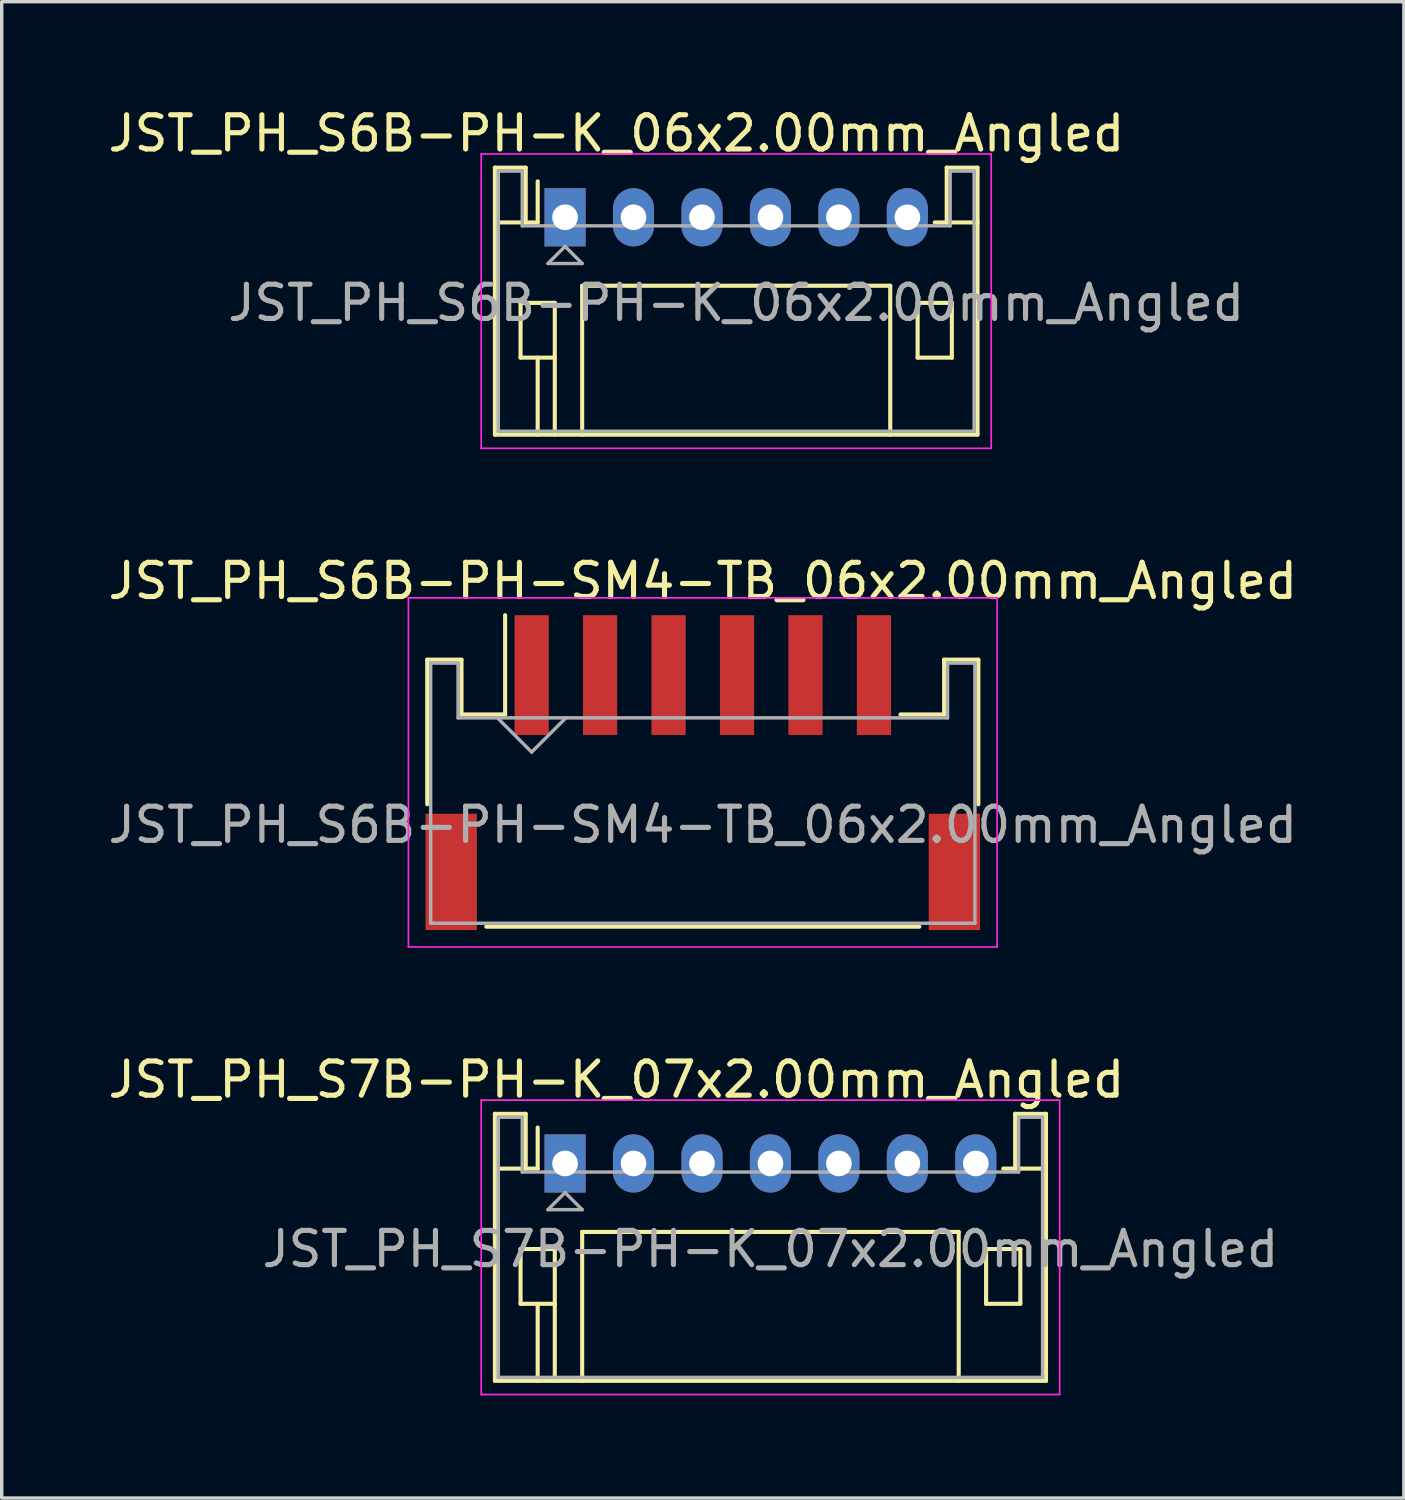
<source format=kicad_pcb>
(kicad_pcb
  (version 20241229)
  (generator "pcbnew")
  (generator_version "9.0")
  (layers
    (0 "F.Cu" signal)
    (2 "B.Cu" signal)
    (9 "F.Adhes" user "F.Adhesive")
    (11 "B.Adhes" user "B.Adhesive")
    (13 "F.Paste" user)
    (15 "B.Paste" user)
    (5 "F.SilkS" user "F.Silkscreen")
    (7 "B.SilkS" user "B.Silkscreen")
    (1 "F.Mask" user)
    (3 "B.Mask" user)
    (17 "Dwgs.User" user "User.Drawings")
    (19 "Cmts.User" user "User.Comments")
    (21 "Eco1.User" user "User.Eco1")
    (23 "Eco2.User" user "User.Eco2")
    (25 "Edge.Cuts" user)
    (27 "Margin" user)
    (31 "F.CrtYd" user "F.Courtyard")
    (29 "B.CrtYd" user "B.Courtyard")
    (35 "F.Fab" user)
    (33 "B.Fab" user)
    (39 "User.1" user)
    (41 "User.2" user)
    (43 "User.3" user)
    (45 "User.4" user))
  (footprint "JST_PH_S6B-PH-SM4-TB_06x2.00mm_Angled"
    (layer "F.Cu")
    (at 17.482 19.547)
    (property "Reference" "JST_PH_S6B-PH-SM4-TB_06x2.00mm_Angled" (at 0 -5.625 0) (layer "F.SilkS") (effects (font (size 1 1) (thickness 0.15))))
    (attr smd)
    (fp_line (start -8.05 -3.325) (end -8.05 0.9) (stroke (width 0.12) (type solid)) (layer "F.SilkS"))
    (fp_line (start -7.05 -3.325) (end -8.05 -3.325) (stroke (width 0.12) (type solid)) (layer "F.SilkS"))
    (fp_line (start -7.05 -1.725) (end -7.05 -3.325) (stroke (width 0.12) (type solid)) (layer "F.SilkS"))
    (fp_line (start -6.325 4.475) (end 6.325 4.475) (stroke (width 0.12) (type solid)) (layer "F.SilkS"))
    (fp_line (start -5.775 -1.725) (end -7.05 -1.725) (stroke (width 0.12) (type solid)) (layer "F.SilkS"))
    (fp_line (start -5.775 -1.725) (end -5.775 -4.625) (stroke (width 0.12) (type solid)) (layer "F.SilkS"))
    (fp_line (start 7.05 -3.325) (end 7.05 -1.725) (stroke (width 0.12) (type solid)) (layer "F.SilkS"))
    (fp_line (start 7.05 -1.725) (end 5.775 -1.725) (stroke (width 0.12) (type solid)) (layer "F.SilkS"))
    (fp_line (start 8.05 -3.325) (end 7.05 -3.325) (stroke (width 0.12) (type solid)) (layer "F.SilkS"))
    (fp_line (start 8.05 0.9) (end 8.05 -3.325) (stroke (width 0.12) (type solid)) (layer "F.SilkS"))
    (fp_line (start -8.6 -5.13) (end -8.6 5.07) (stroke (width 0.05) (type solid)) (layer "F.CrtYd"))
    (fp_line (start -8.6 5.07) (end 8.6 5.07) (stroke (width 0.05) (type solid)) (layer "F.CrtYd"))
    (fp_line (start 8.6 -5.13) (end -8.6 -5.13) (stroke (width 0.05) (type solid)) (layer "F.CrtYd"))
    (fp_line (start 8.6 5.07) (end 8.6 -5.13) (stroke (width 0.05) (type solid)) (layer "F.CrtYd"))
    (fp_line (start -7.95 -3.225) (end -7.95 4.375) (stroke (width 0.1) (type solid)) (layer "F.Fab"))
    (fp_line (start -7.95 4.375) (end 7.95 4.375) (stroke (width 0.1) (type solid)) (layer "F.Fab"))
    (fp_line (start -7.15 -3.225) (end -7.95 -3.225) (stroke (width 0.1) (type solid)) (layer "F.Fab"))
    (fp_line (start -7.15 -1.625) (end -7.15 -3.225) (stroke (width 0.1) (type solid)) (layer "F.Fab"))
    (fp_line (start -6 -1.625) (end -5 -0.625) (stroke (width 0.1) (type solid)) (layer "F.Fab"))
    (fp_line (start -5 -0.625) (end -4 -1.625) (stroke (width 0.1) (type solid)) (layer "F.Fab"))
    (fp_line (start 7.15 -3.225) (end 7.15 -1.625) (stroke (width 0.1) (type solid)) (layer "F.Fab"))
    (fp_line (start 7.15 -1.625) (end -7.15 -1.625) (stroke (width 0.1) (type solid)) (layer "F.Fab"))
    (fp_line (start 7.95 -3.225) (end 7.15 -3.225) (stroke (width 0.1) (type solid)) (layer "F.Fab"))
    (fp_line (start 7.95 4.375) (end 7.95 -3.225) (stroke (width 0.1) (type solid)) (layer "F.Fab"))
    (fp_text user "${REFERENCE}" (at 0 1.5 0) (layer "F.Fab") (effects (font (size 1 1) (thickness 0.15))))
    (pad "" smd rect (at -7.35 2.875) (size 1.5 3.4) (layers "F.Cu" "F.Mask" "F.Paste"))
    (pad "" smd rect (at 7.35 2.875) (size 1.5 3.4) (layers "F.Cu" "F.Mask" "F.Paste"))
    (pad "1" smd rect (at -5 -2.875) (size 1 3.5) (layers "F.Cu" "F.Mask" "F.Paste"))
    (pad "2" smd rect (at -3 -2.875) (size 1 3.5) (layers "F.Cu" "F.Mask" "F.Paste"))
    (pad "3" smd rect (at -1 -2.875) (size 1 3.5) (layers "F.Cu" "F.Mask" "F.Paste"))
    (pad "4" smd rect (at 1 -2.875) (size 1 3.5) (layers "F.Cu" "F.Mask" "F.Paste"))
    (pad "5" smd rect (at 3 -2.875) (size 1 3.5) (layers "F.Cu" "F.Mask" "F.Paste"))
    (pad "6" smd rect (at 5 -2.875) (size 1 3.5) (layers "F.Cu" "F.Mask" "F.Paste")))
  (footprint "JST_PH_S6B-PH-K_06x2.00mm_Angled"
    (layer "F.Cu")
    (at 13.458 3.298)
    (property "Reference" "JST_PH_S6B-PH-K_06x2.00mm_Angled" (at 1.5 -2.45 0) (layer "F.SilkS") (effects (font (size 1 1) (thickness 0.15))))
    (attr through_hole)
    (fp_line (start -2.05 -1.45) (end -2.05 6.35) (stroke (width 0.12) (type solid)) (layer "F.SilkS"))
    (fp_line (start -2.05 0.15) (end -1.15 0.15) (stroke (width 0.12) (type solid)) (layer "F.SilkS"))
    (fp_line (start -2.05 6.35) (end 12.05 6.35) (stroke (width 0.12) (type solid)) (layer "F.SilkS"))
    (fp_line (start -1.3 2.5) (end -1.3 4.1) (stroke (width 0.12) (type solid)) (layer "F.SilkS"))
    (fp_line (start -1.3 4.1) (end -0.3 4.1) (stroke (width 0.12) (type solid)) (layer "F.SilkS"))
    (fp_line (start -1.15 -1.45) (end -2.05 -1.45) (stroke (width 0.12) (type solid)) (layer "F.SilkS"))
    (fp_line (start -1.15 0.15) (end -1.15 -1.45) (stroke (width 0.12) (type solid)) (layer "F.SilkS"))
    (fp_line (start -0.8 0.15) (end -1.15 0.15) (stroke (width 0.12) (type solid)) (layer "F.SilkS"))
    (fp_line (start -0.8 0.15) (end -0.8 -1.05) (stroke (width 0.12) (type solid)) (layer "F.SilkS"))
    (fp_line (start -0.8 4.1) (end -0.8 6.35) (stroke (width 0.12) (type solid)) (layer "F.SilkS"))
    (fp_line (start -0.3 2.5) (end -1.3 2.5) (stroke (width 0.12) (type solid)) (layer "F.SilkS"))
    (fp_line (start -0.3 4.1) (end -0.3 2.5) (stroke (width 0.12) (type solid)) (layer "F.SilkS"))
    (fp_line (start -0.3 4.1) (end -0.3 6.35) (stroke (width 0.12) (type solid)) (layer "F.SilkS"))
    (fp_line (start 0.5 2) (end 9.5 2) (stroke (width 0.12) (type solid)) (layer "F.SilkS"))
    (fp_line (start 0.5 6.35) (end 0.5 2) (stroke (width 0.12) (type solid)) (layer "F.SilkS"))
    (fp_line (start 9.5 2) (end 9.5 6.35) (stroke (width 0.12) (type solid)) (layer "F.SilkS"))
    (fp_line (start 10.3 2.5) (end 11.3 2.5) (stroke (width 0.12) (type solid)) (layer "F.SilkS"))
    (fp_line (start 10.3 4.1) (end 10.3 2.5) (stroke (width 0.12) (type solid)) (layer "F.SilkS"))
    (fp_line (start 11.15 -1.45) (end 11.15 0.15) (stroke (width 0.12) (type solid)) (layer "F.SilkS"))
    (fp_line (start 11.15 0.15) (end 10.8 0.15) (stroke (width 0.12) (type solid)) (layer "F.SilkS"))
    (fp_line (start 11.3 2.5) (end 11.3 4.1) (stroke (width 0.12) (type solid)) (layer "F.SilkS"))
    (fp_line (start 11.3 4.1) (end 10.3 4.1) (stroke (width 0.12) (type solid)) (layer "F.SilkS"))
    (fp_line (start 12.05 -1.45) (end 11.15 -1.45) (stroke (width 0.12) (type solid)) (layer "F.SilkS"))
    (fp_line (start 12.05 0.15) (end 11.15 0.15) (stroke (width 0.12) (type solid)) (layer "F.SilkS"))
    (fp_line (start 12.05 6.35) (end 12.05 -1.45) (stroke (width 0.12) (type solid)) (layer "F.SilkS"))
    (fp_line (start -2.45 -1.85) (end -2.45 6.75) (stroke (width 0.05) (type solid)) (layer "F.CrtYd"))
    (fp_line (start -2.45 6.75) (end 12.45 6.75) (stroke (width 0.05) (type solid)) (layer "F.CrtYd"))
    (fp_line (start 12.45 -1.85) (end -2.45 -1.85) (stroke (width 0.05) (type solid)) (layer "F.CrtYd"))
    (fp_line (start 12.45 6.75) (end 12.45 -1.85) (stroke (width 0.05) (type solid)) (layer "F.CrtYd"))
    (fp_line (start -1.95 -1.35) (end -1.95 6.25) (stroke (width 0.1) (type solid)) (layer "F.Fab"))
    (fp_line (start -1.95 6.25) (end 11.95 6.25) (stroke (width 0.1) (type solid)) (layer "F.Fab"))
    (fp_line (start -1.25 -1.35) (end -1.95 -1.35) (stroke (width 0.1) (type solid)) (layer "F.Fab"))
    (fp_line (start -1.25 0.25) (end -1.25 -1.35) (stroke (width 0.1) (type solid)) (layer "F.Fab"))
    (fp_line (start -0.5 1.35) (end 0.5 1.35) (stroke (width 0.1) (type solid)) (layer "F.Fab"))
    (fp_line (start 0 0.85) (end -0.5 1.35) (stroke (width 0.1) (type solid)) (layer "F.Fab"))
    (fp_line (start 0.5 1.35) (end 0 0.85) (stroke (width 0.1) (type solid)) (layer "F.Fab"))
    (fp_line (start 11.25 -1.35) (end 11.25 0.25) (stroke (width 0.1) (type solid)) (layer "F.Fab"))
    (fp_line (start 11.25 0.25) (end -1.25 0.25) (stroke (width 0.1) (type solid)) (layer "F.Fab"))
    (fp_line (start 11.95 -1.35) (end 11.25 -1.35) (stroke (width 0.1) (type solid)) (layer "F.Fab"))
    (fp_line (start 11.95 6.25) (end 11.95 -1.35) (stroke (width 0.1) (type solid)) (layer "F.Fab"))
    (fp_text user "${REFERENCE}" (at 5 2.5 0) (layer "F.Fab") (effects (font (size 1 1) (thickness 0.15))))
    (pad "1" thru_hole rect (at 0 0) (size 1.2 1.7) (drill 0.75) (layers "*.Cu" "*.Mask"))
    (pad "2" thru_hole oval (at 2 0) (size 1.2 1.7) (drill 0.75) (layers "*.Cu" "*.Mask"))
    (pad "3" thru_hole oval (at 4 0) (size 1.2 1.7) (drill 0.75) (layers "*.Cu" "*.Mask"))
    (pad "4" thru_hole oval (at 6 0) (size 1.2 1.7) (drill 0.75) (layers "*.Cu" "*.Mask"))
    (pad "5" thru_hole oval (at 8 0) (size 1.2 1.7) (drill 0.75) (layers "*.Cu" "*.Mask"))
    (pad "6" thru_hole oval (at 10 0) (size 1.2 1.7) (drill 0.75) (layers "*.Cu" "*.Mask")))
  (footprint "JST_PH_S7B-PH-K_07x2.00mm_Angled"
    (layer "F.Cu")
    (at 13.458 30.94)
    (property "Reference" "JST_PH_S7B-PH-K_07x2.00mm_Angled" (at 1.5 -2.45 0) (layer "F.SilkS") (effects (font (size 1 1) (thickness 0.15))))
    (attr through_hole)
    (fp_line (start -2.05 -1.45) (end -2.05 6.35) (stroke (width 0.12) (type solid)) (layer "F.SilkS"))
    (fp_line (start -2.05 0.15) (end -1.15 0.15) (stroke (width 0.12) (type solid)) (layer "F.SilkS"))
    (fp_line (start -2.05 6.35) (end 14.05 6.35) (stroke (width 0.12) (type solid)) (layer "F.SilkS"))
    (fp_line (start -1.3 2.5) (end -1.3 4.1) (stroke (width 0.12) (type solid)) (layer "F.SilkS"))
    (fp_line (start -1.3 4.1) (end -0.3 4.1) (stroke (width 0.12) (type solid)) (layer "F.SilkS"))
    (fp_line (start -1.15 -1.45) (end -2.05 -1.45) (stroke (width 0.12) (type solid)) (layer "F.SilkS"))
    (fp_line (start -1.15 0.15) (end -1.15 -1.45) (stroke (width 0.12) (type solid)) (layer "F.SilkS"))
    (fp_line (start -0.8 0.15) (end -1.15 0.15) (stroke (width 0.12) (type solid)) (layer "F.SilkS"))
    (fp_line (start -0.8 0.15) (end -0.8 -1.05) (stroke (width 0.12) (type solid)) (layer "F.SilkS"))
    (fp_line (start -0.8 4.1) (end -0.8 6.35) (stroke (width 0.12) (type solid)) (layer "F.SilkS"))
    (fp_line (start -0.3 2.5) (end -1.3 2.5) (stroke (width 0.12) (type solid)) (layer "F.SilkS"))
    (fp_line (start -0.3 4.1) (end -0.3 2.5) (stroke (width 0.12) (type solid)) (layer "F.SilkS"))
    (fp_line (start -0.3 4.1) (end -0.3 6.35) (stroke (width 0.12) (type solid)) (layer "F.SilkS"))
    (fp_line (start 0.5 2) (end 11.5 2) (stroke (width 0.12) (type solid)) (layer "F.SilkS"))
    (fp_line (start 0.5 6.35) (end 0.5 2) (stroke (width 0.12) (type solid)) (layer "F.SilkS"))
    (fp_line (start 11.5 2) (end 11.5 6.35) (stroke (width 0.12) (type solid)) (layer "F.SilkS"))
    (fp_line (start 12.3 2.5) (end 13.3 2.5) (stroke (width 0.12) (type solid)) (layer "F.SilkS"))
    (fp_line (start 12.3 4.1) (end 12.3 2.5) (stroke (width 0.12) (type solid)) (layer "F.SilkS"))
    (fp_line (start 13.15 -1.45) (end 13.15 0.15) (stroke (width 0.12) (type solid)) (layer "F.SilkS"))
    (fp_line (start 13.15 0.15) (end 12.8 0.15) (stroke (width 0.12) (type solid)) (layer "F.SilkS"))
    (fp_line (start 13.3 2.5) (end 13.3 4.1) (stroke (width 0.12) (type solid)) (layer "F.SilkS"))
    (fp_line (start 13.3 4.1) (end 12.3 4.1) (stroke (width 0.12) (type solid)) (layer "F.SilkS"))
    (fp_line (start 14.05 -1.45) (end 13.15 -1.45) (stroke (width 0.12) (type solid)) (layer "F.SilkS"))
    (fp_line (start 14.05 0.15) (end 13.15 0.15) (stroke (width 0.12) (type solid)) (layer "F.SilkS"))
    (fp_line (start 14.05 6.35) (end 14.05 -1.45) (stroke (width 0.12) (type solid)) (layer "F.SilkS"))
    (fp_line (start -2.45 -1.85) (end -2.45 6.75) (stroke (width 0.05) (type solid)) (layer "F.CrtYd"))
    (fp_line (start -2.45 6.75) (end 14.45 6.75) (stroke (width 0.05) (type solid)) (layer "F.CrtYd"))
    (fp_line (start 14.45 -1.85) (end -2.45 -1.85) (stroke (width 0.05) (type solid)) (layer "F.CrtYd"))
    (fp_line (start 14.45 6.75) (end 14.45 -1.85) (stroke (width 0.05) (type solid)) (layer "F.CrtYd"))
    (fp_line (start -1.95 -1.35) (end -1.95 6.25) (stroke (width 0.1) (type solid)) (layer "F.Fab"))
    (fp_line (start -1.95 6.25) (end 13.95 6.25) (stroke (width 0.1) (type solid)) (layer "F.Fab"))
    (fp_line (start -1.25 -1.35) (end -1.95 -1.35) (stroke (width 0.1) (type solid)) (layer "F.Fab"))
    (fp_line (start -1.25 0.25) (end -1.25 -1.35) (stroke (width 0.1) (type solid)) (layer "F.Fab"))
    (fp_line (start -0.5 1.35) (end 0.5 1.35) (stroke (width 0.1) (type solid)) (layer "F.Fab"))
    (fp_line (start 0 0.85) (end -0.5 1.35) (stroke (width 0.1) (type solid)) (layer "F.Fab"))
    (fp_line (start 0.5 1.35) (end 0 0.85) (stroke (width 0.1) (type solid)) (layer "F.Fab"))
    (fp_line (start 13.25 -1.35) (end 13.25 0.25) (stroke (width 0.1) (type solid)) (layer "F.Fab"))
    (fp_line (start 13.25 0.25) (end -1.25 0.25) (stroke (width 0.1) (type solid)) (layer "F.Fab"))
    (fp_line (start 13.95 -1.35) (end 13.25 -1.35) (stroke (width 0.1) (type solid)) (layer "F.Fab"))
    (fp_line (start 13.95 6.25) (end 13.95 -1.35) (stroke (width 0.1) (type solid)) (layer "F.Fab"))
    (fp_text user "${REFERENCE}" (at 6 2.5 0) (layer "F.Fab") (effects (font (size 1 1) (thickness 0.15))))
    (pad "1" thru_hole rect (at 0 0) (size 1.2 1.7) (drill 0.75) (layers "*.Cu" "*.Mask"))
    (pad "2" thru_hole oval (at 2 0) (size 1.2 1.7) (drill 0.75) (layers "*.Cu" "*.Mask"))
    (pad "3" thru_hole oval (at 4 0) (size 1.2 1.7) (drill 0.75) (layers "*.Cu" "*.Mask"))
    (pad "4" thru_hole oval (at 6 0) (size 1.2 1.7) (drill 0.75) (layers "*.Cu" "*.Mask"))
    (pad "5" thru_hole oval (at 8 0) (size 1.2 1.7) (drill 0.75) (layers "*.Cu" "*.Mask"))
    (pad "6" thru_hole oval (at 10 0) (size 1.2 1.7) (drill 0.75) (layers "*.Cu" "*.Mask"))
    (pad "7" thru_hole oval (at 12 0) (size 1.2 1.7) (drill 0.75) (layers "*.Cu" "*.Mask")))
  (gr_rect
    (start -3 -3)
    (end 37.964 40.715)
    (stroke (width 0.1) (type default))
    (fill no)
    (layer "Edge.Cuts")))
</source>
